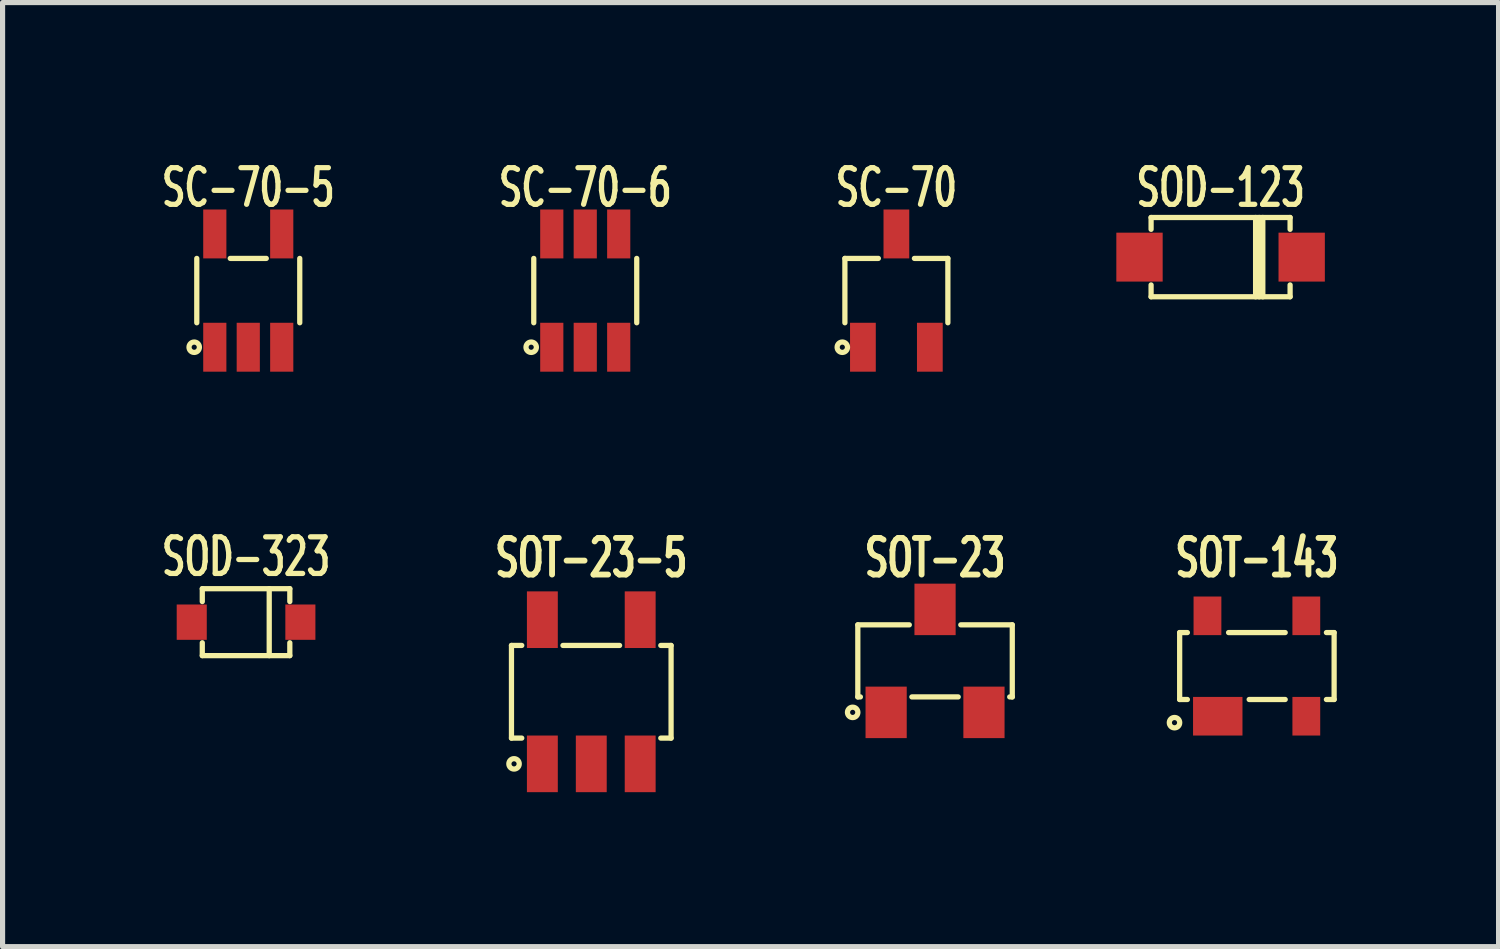
<source format=kicad_pcb>
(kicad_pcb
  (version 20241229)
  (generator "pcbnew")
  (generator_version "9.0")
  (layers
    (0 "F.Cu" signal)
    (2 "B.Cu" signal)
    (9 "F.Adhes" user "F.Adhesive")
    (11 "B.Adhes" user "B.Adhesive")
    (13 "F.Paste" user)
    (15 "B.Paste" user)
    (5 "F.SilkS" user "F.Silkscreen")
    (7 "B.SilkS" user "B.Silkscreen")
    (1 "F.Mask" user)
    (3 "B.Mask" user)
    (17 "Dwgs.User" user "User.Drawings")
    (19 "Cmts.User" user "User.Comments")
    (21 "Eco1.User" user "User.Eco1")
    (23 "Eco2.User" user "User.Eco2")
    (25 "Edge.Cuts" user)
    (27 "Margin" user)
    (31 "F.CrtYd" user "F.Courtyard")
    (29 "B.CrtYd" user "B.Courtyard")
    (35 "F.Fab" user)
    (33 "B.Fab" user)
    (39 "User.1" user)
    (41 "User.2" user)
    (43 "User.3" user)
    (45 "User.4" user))
  (footprint "SOT-23"
    (layer "F.Cu")
    (at 15.111 9.786)
    (property "Reference" "SOT-23" (at 0 -2 0) (layer "F.SilkS") (effects (font (size 0.711 0.457) (thickness 0.114))))
    (attr through_hole)
    (fp_line (start -1.5 -0.7) (end -0.5 -0.7) (stroke (width 0.102) (type solid)) (layer "F.SilkS"))
    (fp_line (start -1.5 0.7) (end -1.5 -0.7) (stroke (width 0.102) (type solid)) (layer "F.SilkS"))
    (fp_line (start -1.5 0.7) (end -1.45 0.7) (stroke (width 0.102) (type solid)) (layer "F.SilkS"))
    (fp_line (start -0.45 0.7) (end 0.45 0.7) (stroke (width 0.102) (type solid)) (layer "F.SilkS"))
    (fp_line (start 0.5 -0.7) (end 1.5 -0.7) (stroke (width 0.102) (type solid)) (layer "F.SilkS"))
    (fp_line (start 1.5 -0.7) (end 1.5 0.7) (stroke (width 0.102) (type solid)) (layer "F.SilkS"))
    (fp_line (start 1.5 0.7) (end 1.45 0.7) (stroke (width 0.102) (type solid)) (layer "F.SilkS"))
    (fp_circle (center -1.6 1) (end -1.6 0.95) (stroke (width 0.102) (type solid)) (fill no) (layer "F.SilkS"))
    (pad "1" smd rect (at -0.95 1) (size 0.8 1) (layers "F.Cu" "F.Mask" "F.Paste"))
    (pad "2" smd rect (at 0.95 1) (size 0.8 1) (layers "F.Cu" "F.Mask" "F.Paste"))
    (pad "3" smd rect (at 0 -1) (size 0.8 1) (layers "F.Cu" "F.Mask" "F.Paste")))
  (footprint "SC-70-6"
    (layer "F.Cu")
    (at 8.317 2.594)
    (property "Reference" "SC-70-6" (at 0 -2 0) (layer "F.SilkS") (effects (font (size 0.711 0.457) (thickness 0.102))))
    (attr through_hole)
    (fp_line (start -1 -0.625) (end -1 0.625) (stroke (width 0.102) (type solid)) (layer "F.SilkS"))
    (fp_line (start 1 -0.625) (end 1 0.625) (stroke (width 0.102) (type solid)) (layer "F.SilkS"))
    (fp_circle (center -1.05 1.1) (end -1.05 1.05) (stroke (width 0.102) (type solid)) (fill no) (layer "F.SilkS"))
    (pad "1" smd rect (at -0.65 1.1) (size 0.45 0.95) (layers "F.Cu" "F.Mask" "F.Paste"))
    (pad "2" smd rect (at 0 1.1) (size 0.45 0.95) (layers "F.Cu" "F.Mask" "F.Paste"))
    (pad "3" smd rect (at 0.65 1.1) (size 0.45 0.95) (layers "F.Cu" "F.Mask" "F.Paste"))
    (pad "4" smd rect (at 0.65 -1.1) (size 0.45 0.95) (layers "F.Cu" "F.Mask" "F.Paste"))
    (pad "5" smd rect (at 0 -1.1) (size 0.45 0.95) (layers "F.Cu" "F.Mask" "F.Paste"))
    (pad "6" smd rect (at -0.65 -1.1) (size 0.45 0.95) (layers "F.Cu" "F.Mask" "F.Paste")))
  (footprint "SOD-323"
    (layer "F.Cu")
    (at 1.729 9.034)
    (property "Reference" "SOD-323" (at 0 -1.27 0) (layer "F.SilkS") (effects (font (size 0.711 0.457) (thickness 0.102))))
    (attr through_hole)
    (fp_line (start -0.85 -0.65) (end -0.85 -0.4) (stroke (width 0.102) (type solid)) (layer "F.SilkS"))
    (fp_line (start -0.85 -0.65) (end 0.85 -0.65) (stroke (width 0.102) (type solid)) (layer "F.SilkS"))
    (fp_line (start -0.85 0.65) (end -0.85 0.4) (stroke (width 0.102) (type solid)) (layer "F.SilkS"))
    (fp_line (start 0.45 -0.65) (end 0.45 0.65) (stroke (width 0.102) (type solid)) (layer "F.SilkS"))
    (fp_line (start 0.85 -0.65) (end 0.85 -0.4) (stroke (width 0.102) (type solid)) (layer "F.SilkS"))
    (fp_line (start 0.85 0.65) (end -0.85 0.65) (stroke (width 0.102) (type solid)) (layer "F.SilkS"))
    (fp_line (start 0.85 0.65) (end 0.85 0.4) (stroke (width 0.102) (type solid)) (layer "F.SilkS"))
    (pad "1" smd rect (at -1.055 0) (size 0.584 0.686) (layers "F.Cu" "F.Mask" "F.Paste"))
    (pad "2" smd rect (at 1.055 0) (size 0.584 0.686) (layers "F.Cu" "F.Mask" "F.Paste")))
  (footprint "SOD-123"
    (layer "F.Cu")
    (at 20.657 1.944)
    (property "Reference" "SOD-123" (at 0 -1.35 0) (layer "F.SilkS") (effects (font (size 0.711 0.457) (thickness 0.102))))
    (attr through_hole)
    (fp_line (start -1.35 -0.77) (end -1.35 -0.54) (stroke (width 0.102) (type solid)) (layer "F.SilkS"))
    (fp_line (start -1.35 -0.77) (end 1.35 -0.77) (stroke (width 0.102) (type solid)) (layer "F.SilkS"))
    (fp_line (start -1.35 0.77) (end -1.35 0.54) (stroke (width 0.102) (type solid)) (layer "F.SilkS"))
    (fp_line (start -1.35 0.77) (end 1.35 0.77) (stroke (width 0.102) (type solid)) (layer "F.SilkS"))
    (fp_line (start 0.68 0.77) (end 0.68 -0.77) (stroke (width 0.102) (type solid)) (layer "F.SilkS"))
    (fp_line (start 0.75 -0.77) (end 0.75 0.77) (stroke (width 0.102) (type solid)) (layer "F.SilkS"))
    (fp_line (start 0.82 -0.77) (end 0.82 0.77) (stroke (width 0.102) (type solid)) (layer "F.SilkS"))
    (fp_line (start 1.35 -0.77) (end 1.35 -0.54) (stroke (width 0.102) (type solid)) (layer "F.SilkS"))
    (fp_line (start 1.35 0.77) (end 1.35 0.54) (stroke (width 0.102) (type solid)) (layer "F.SilkS"))
    (pad "1" smd rect (at -1.575 0) (size 0.9 0.95) (layers "F.Cu" "F.Mask" "F.Paste"))
    (pad "2" smd rect (at 1.575 0) (size 0.9 0.95) (layers "F.Cu" "F.Mask" "F.Paste")))
  (footprint "SC-70"
    (layer "F.Cu")
    (at 14.36 2.594)
    (property "Reference" "SC-70" (at 0 -2 0) (layer "F.SilkS") (effects (font (size 0.711 0.457) (thickness 0.102))))
    (attr through_hole)
    (fp_line (start -1 -0.625) (end -1 0.625) (stroke (width 0.102) (type solid)) (layer "F.SilkS"))
    (fp_line (start -0.35 -0.625) (end -1 -0.625) (stroke (width 0.102) (type solid)) (layer "F.SilkS"))
    (fp_line (start 1 -0.625) (end 0.35 -0.625) (stroke (width 0.102) (type solid)) (layer "F.SilkS"))
    (fp_line (start 1 -0.625) (end 1 0.625) (stroke (width 0.102) (type solid)) (layer "F.SilkS"))
    (fp_circle (center -1.05 1.1) (end -1.05 1.05) (stroke (width 0.102) (type solid)) (fill no) (layer "F.SilkS"))
    (pad "1" smd rect (at -0.65 1.1) (size 0.5 0.95) (layers "F.Cu" "F.Mask" "F.Paste"))
    (pad "2" smd rect (at 0.65 1.1) (size 0.5 0.95) (layers "F.Cu" "F.Mask" "F.Paste"))
    (pad "3" smd rect (at 0 -1.1) (size 0.5 0.95) (layers "F.Cu" "F.Mask" "F.Paste")))
  (footprint "SC-70-5"
    (layer "F.Cu")
    (at 1.772 2.594)
    (property "Reference" "SC-70-5" (at 0 -2 0) (layer "F.SilkS") (effects (font (size 0.711 0.457) (thickness 0.102))))
    (attr through_hole)
    (fp_line (start -1 -0.625) (end -1 0.625) (stroke (width 0.102) (type solid)) (layer "F.SilkS"))
    (fp_line (start -0.35 -0.625) (end 0.35 -0.625) (stroke (width 0.102) (type solid)) (layer "F.SilkS"))
    (fp_line (start 1 -0.625) (end 1 0.625) (stroke (width 0.102) (type solid)) (layer "F.SilkS"))
    (fp_circle (center -1.05 1.1) (end -1.05 1.05) (stroke (width 0.102) (type solid)) (fill no) (layer "F.SilkS"))
    (pad "1" smd rect (at -0.65 1.1) (size 0.45 0.95) (layers "F.Cu" "F.Mask" "F.Paste"))
    (pad "2" smd rect (at 0 1.1) (size 0.45 0.95) (layers "F.Cu" "F.Mask" "F.Paste"))
    (pad "3" smd rect (at 0.65 1.1) (size 0.45 0.95) (layers "F.Cu" "F.Mask" "F.Paste"))
    (pad "4" smd rect (at 0.65 -1.1) (size 0.45 0.95) (layers "F.Cu" "F.Mask" "F.Paste"))
    (pad "5" smd rect (at -0.65 -1.1) (size 0.45 0.95) (layers "F.Cu" "F.Mask" "F.Paste")))
  (footprint "SOT-143"
    (layer "F.Cu")
    (at 21.362 9.886)
    (property "Reference" "SOT-143" (at 0 -2.1 0) (layer "F.SilkS") (effects (font (size 0.711 0.457) (thickness 0.114))))
    (attr smd)
    (fp_line (start -1.5 -0.65) (end -1.5 0.65) (stroke (width 0.102) (type solid)) (layer "F.SilkS"))
    (fp_line (start -1.5 -0.65) (end -1.35 -0.65) (stroke (width 0.102) (type solid)) (layer "F.SilkS"))
    (fp_line (start -1.5 0.65) (end -1.35 0.65) (stroke (width 0.102) (type solid)) (layer "F.SilkS"))
    (fp_line (start -0.55 -0.65) (end 0.55 -0.65) (stroke (width 0.102) (type solid)) (layer "F.SilkS"))
    (fp_line (start -0.15 0.65) (end 0.55 0.65) (stroke (width 0.102) (type solid)) (layer "F.SilkS"))
    (fp_line (start 1.5 -0.65) (end 1.35 -0.65) (stroke (width 0.102) (type solid)) (layer "F.SilkS"))
    (fp_line (start 1.5 -0.65) (end 1.5 0.65) (stroke (width 0.102) (type solid)) (layer "F.SilkS"))
    (fp_line (start 1.5 0.65) (end 1.35 0.65) (stroke (width 0.102) (type solid)) (layer "F.SilkS"))
    (fp_circle (center -1.6 1.1) (end -1.55 1.1) (stroke (width 0.102) (type solid)) (fill no) (layer "F.SilkS"))
    (pad "1" smd rect (at -0.76 0.975) (size 0.96 0.75) (layers "F.Cu" "F.Mask" "F.Paste"))
    (pad "2" smd rect (at 0.96 0.975) (size 0.54 0.75) (layers "F.Cu" "F.Mask" "F.Paste"))
    (pad "3" smd rect (at 0.96 -0.975) (size 0.54 0.75) (layers "F.Cu" "F.Mask" "F.Paste"))
    (pad "4" smd rect (at -0.96 -0.975) (size 0.54 0.75) (layers "F.Cu" "F.Mask" "F.Paste")))
  (footprint "SOT-23-5"
    (layer "F.Cu")
    (at 8.434 10.386)
    (property "Reference" "SOT-23-5" (at 0 -2.6 0) (layer "F.SilkS") (effects (font (size 0.711 0.457) (thickness 0.114))))
    (attr through_hole)
    (fp_line (start -1.55 0.9) (end -1.55 -0.9) (stroke (width 0.102) (type solid)) (layer "F.SilkS"))
    (fp_line (start -1.35 -0.9) (end -1.55 -0.9) (stroke (width 0.102) (type solid)) (layer "F.SilkS"))
    (fp_line (start -1.35 0.9) (end -1.55 0.9) (stroke (width 0.102) (type solid)) (layer "F.SilkS"))
    (fp_line (start -0.55 -0.9) (end 0.55 -0.9) (stroke (width 0.102) (type solid)) (layer "F.SilkS"))
    (fp_line (start 1.55 -0.9) (end 1.35 -0.9) (stroke (width 0.102) (type solid)) (layer "F.SilkS"))
    (fp_line (start 1.55 -0.9) (end 1.55 0.9) (stroke (width 0.102) (type solid)) (layer "F.SilkS"))
    (fp_line (start 1.55 0.9) (end 1.35 0.9) (stroke (width 0.102) (type solid)) (layer "F.SilkS"))
    (fp_circle (center -1.5 1.4) (end -1.5 1.45) (stroke (width 0.102) (type solid)) (fill no) (layer "F.SilkS"))
    (pad "1" smd rect (at -0.95 1.4) (size 0.6 1.1) (layers "F.Cu" "F.Mask" "F.Paste"))
    (pad "2" smd rect (at 0 1.4) (size 0.6 1.1) (layers "F.Cu" "F.Mask" "F.Paste"))
    (pad "3" smd rect (at 0.95 1.4) (size 0.6 1.1) (layers "F.Cu" "F.Mask" "F.Paste"))
    (pad "4" smd rect (at 0.95 -1.4) (size 0.6 1.1) (layers "F.Cu" "F.Mask" "F.Paste"))
    (pad "5" smd rect (at -0.95 -1.4) (size 0.6 1.1) (layers "F.Cu" "F.Mask" "F.Paste")))
  (gr_rect
    (start -3 -3)
    (end 26.056 15.336)
    (stroke (width 0.1) (type default))
    (fill no)
    (layer "Edge.Cuts")))
</source>
